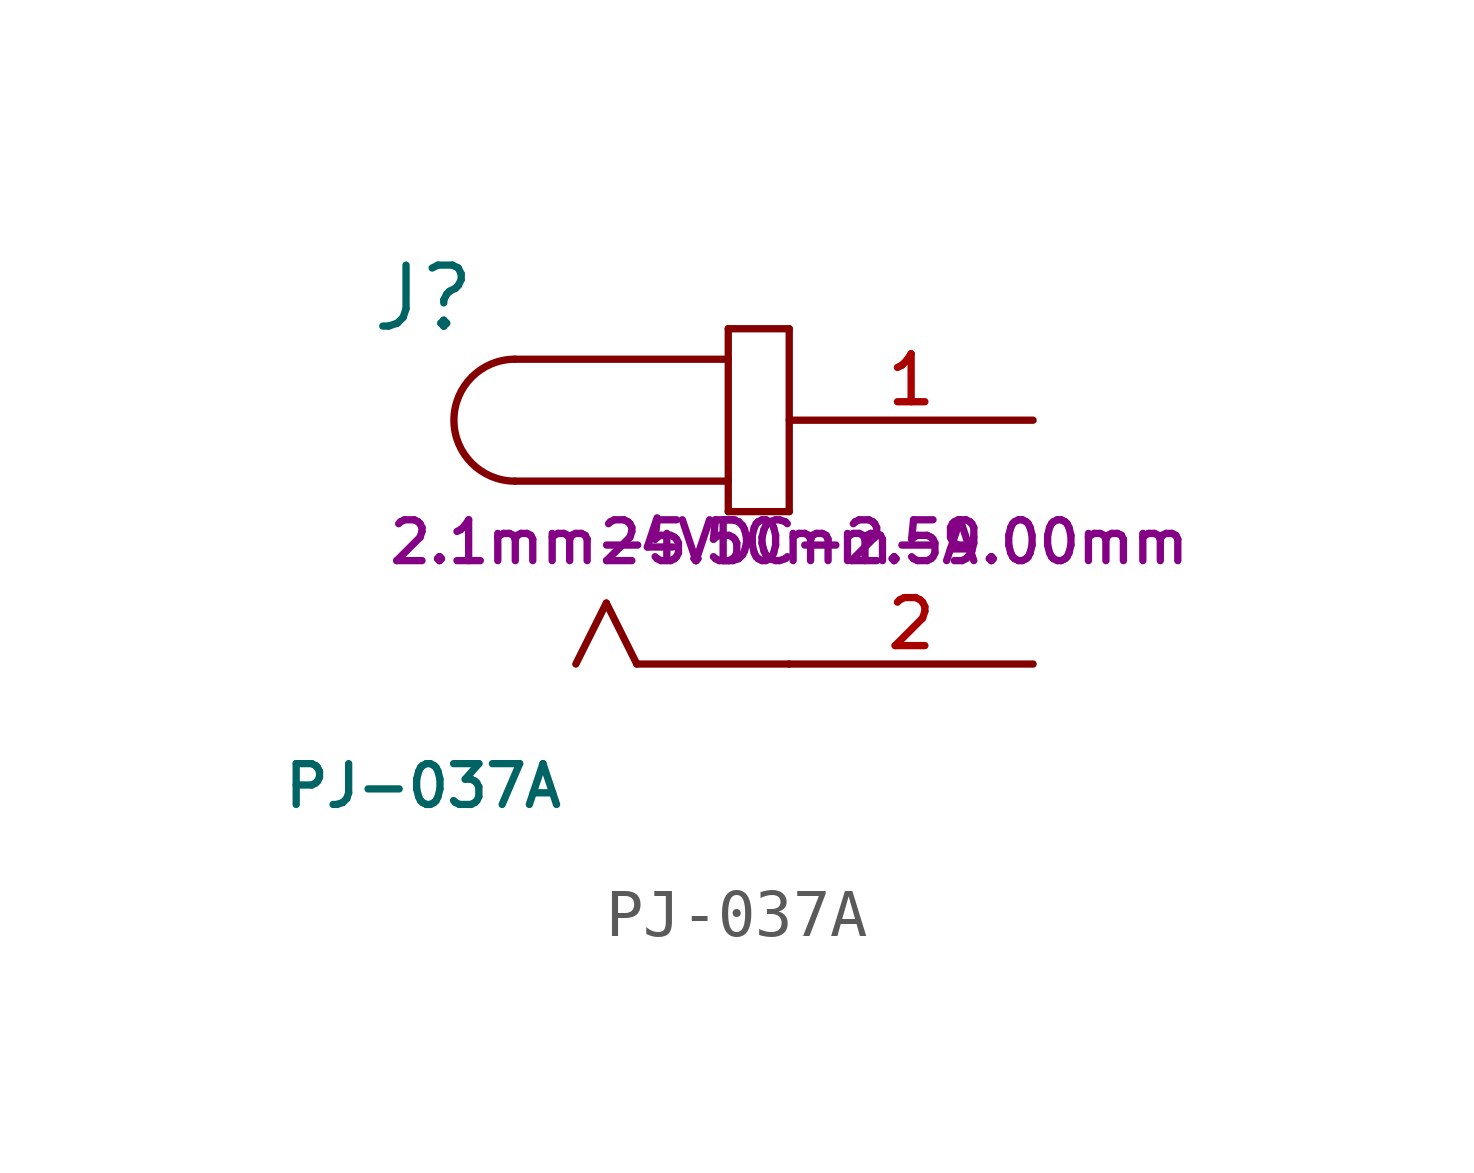
<source format=kicad_sym>
(kicad_symbol_lib
  (version 20211014)
  (generator kicad_symbol_editor)
  (symbol "PJ-037A"
    (pin_names
      (offset 1.016) hide)
    (property "Reference" "J"
      (at -7.62 5.08 0)
      (effects (font (size 1.27 1.27))))
    (property "Value" "PJ-037A"
      (at -7.62 -5.08 0)
      (effects (font (size 0.85 0.85))))
    (property "Size" "2.1mm-5.50mm-9.00mm"
      (at 0 0 0)
      (effects (font (size 0.85 0.85))))
    (property "Rating" "24VDC-2.5A"
      (at 0 0 0)
      (effects (font (size 0.85 0.85))))
    (symbol "PJ-037A_0_0"
      (arc (start -5.715 3.81) (mid -6.985 2.54) (end -5.715 1.27) (stroke (width 0.1524) (type default) (color 0 0 0 0)) (fill (type none)))
      (polyline (pts (xy -5.715 3.81) (xy -1.27 3.81)) (stroke (width 0.152) (type default) (color 0 0 0 0)) (fill (type none)))
      (polyline (pts (xy -3.81 -1.27) (xy -4.445 -2.54)) (stroke (width 0.152) (type default) (color 0 0 0 0)) (fill (type none)))
      (polyline (pts (xy -3.175 -2.54) (xy -3.81 -1.27)) (stroke (width 0.152) (type default) (color 0 0 0 0)) (fill (type none)))
      (polyline (pts (xy -1.27 0.635) (xy 0 0.635)) (stroke (width 0.152) (type default) (color 0 0 0 0)) (fill (type none)))
      (polyline (pts (xy -1.27 1.27) (xy -5.715 1.27)) (stroke (width 0.152) (type default) (color 0 0 0 0)) (fill (type none)))
      (polyline (pts (xy -1.27 1.27) (xy -1.27 0.635)) (stroke (width 0.152) (type default) (color 0 0 0 0)) (fill (type none)))
      (polyline (pts (xy -1.27 3.81) (xy -1.27 1.27)) (stroke (width 0.152) (type default) (color 0 0 0 0)) (fill (type none)))
      (polyline (pts (xy -1.27 4.445) (xy -1.27 3.81)) (stroke (width 0.152) (type default) (color 0 0 0 0)) (fill (type none)))
      (polyline (pts (xy 0 -2.54) (xy -3.175 -2.54)) (stroke (width 0.152) (type default) (color 0 0 0 0)) (fill (type none)))
      (polyline (pts (xy 0 0.635) (xy 0 4.445)) (stroke (width 0.152) (type default) (color 0 0 0 0)) (fill (type none)))
      (polyline (pts (xy 0 4.445) (xy -1.27 4.445)) (stroke (width 0.152) (type default) (color 0 0 0 0)) (fill (type none)))
      (pin passive line (at 5.08 2.54 180) (length 5.08) (name "~" (effects (font (size 1 1)))) (number "1" (effects (font (size 1 1)))))
      (pin passive line (at 5.08 -2.54 180) (length 5.08) (name "~" (effects (font (size 1 1)))) (number "2" (effects (font (size 1 1))))))))
</source>
